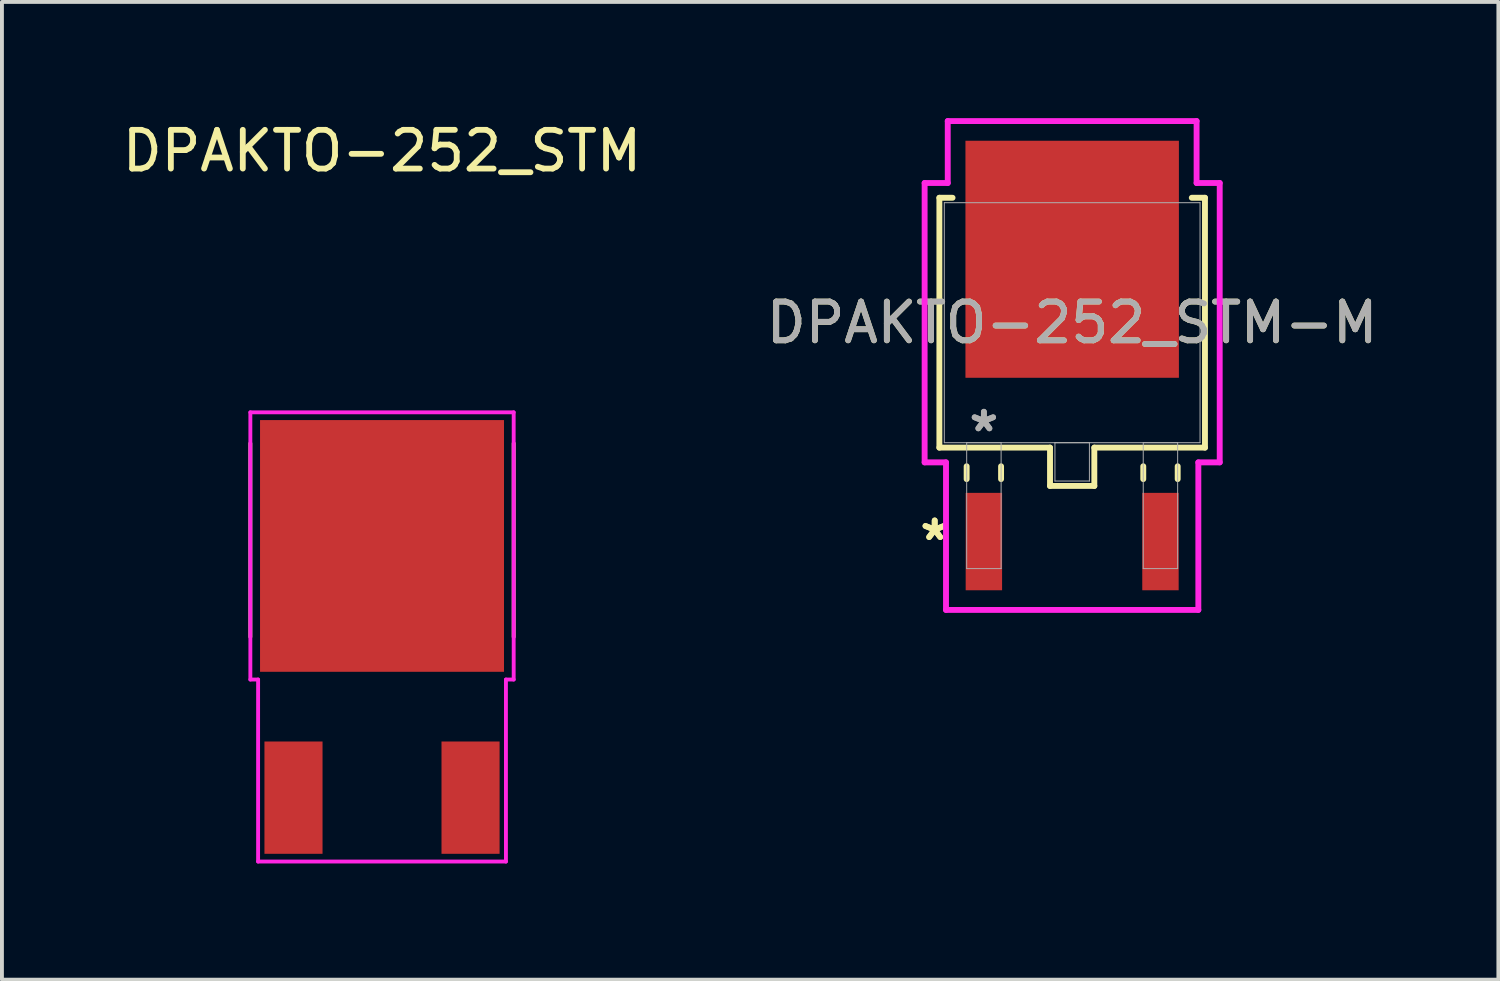
<source format=kicad_pcb>
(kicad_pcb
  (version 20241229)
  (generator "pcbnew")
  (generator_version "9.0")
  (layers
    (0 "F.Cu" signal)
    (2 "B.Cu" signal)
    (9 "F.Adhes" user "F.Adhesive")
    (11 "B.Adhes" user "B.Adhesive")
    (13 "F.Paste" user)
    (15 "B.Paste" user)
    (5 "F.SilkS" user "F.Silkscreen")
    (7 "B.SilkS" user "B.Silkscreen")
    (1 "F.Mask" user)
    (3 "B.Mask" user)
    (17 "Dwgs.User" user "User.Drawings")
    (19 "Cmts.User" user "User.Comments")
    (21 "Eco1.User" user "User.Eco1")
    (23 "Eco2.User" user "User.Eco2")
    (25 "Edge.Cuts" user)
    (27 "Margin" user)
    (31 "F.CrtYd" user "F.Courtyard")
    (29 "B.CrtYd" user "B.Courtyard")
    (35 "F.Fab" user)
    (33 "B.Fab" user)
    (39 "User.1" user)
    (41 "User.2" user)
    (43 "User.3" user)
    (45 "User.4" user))
  (footprint "DPAKTO-252_STM-M"
    (layer "F.Cu")
    (at 24.637 5.283)
    (property "Reference" "DPAKTO-252_STM-M" (at 0 0 0) (unlocked yes) (layer "F.SilkS") (effects (font (size 1 1) (thickness 0.15))))
    (attr smd)
    (fp_line (start -3.429 -3.226) (end -3.429 3.226) (stroke (width 0.152) (type solid)) (layer "F.SilkS"))
    (fp_line (start -3.429 3.226) (end -0.572 3.226) (stroke (width 0.152) (type solid)) (layer "F.SilkS"))
    (fp_line (start -3.089 -3.226) (end -3.429 -3.226) (stroke (width 0.152) (type solid)) (layer "F.SilkS"))
    (fp_line (start -2.725 3.708) (end -2.725 4.039) (stroke (width 0.152) (type solid)) (layer "F.SilkS"))
    (fp_line (start -1.836 3.708) (end -1.836 4.039) (stroke (width 0.152) (type solid)) (layer "F.SilkS"))
    (fp_line (start -0.572 3.226) (end -0.572 4.216) (stroke (width 0.152) (type solid)) (layer "F.SilkS"))
    (fp_line (start -0.572 4.216) (end 0.572 4.216) (stroke (width 0.152) (type solid)) (layer "F.SilkS"))
    (fp_line (start 0.572 3.226) (end 3.429 3.226) (stroke (width 0.152) (type solid)) (layer "F.SilkS"))
    (fp_line (start 0.572 4.216) (end 0.572 3.226) (stroke (width 0.152) (type solid)) (layer "F.SilkS"))
    (fp_line (start 1.836 3.708) (end 1.836 4.039) (stroke (width 0.152) (type solid)) (layer "F.SilkS"))
    (fp_line (start 2.725 3.708) (end 2.725 4.039) (stroke (width 0.152) (type solid)) (layer "F.SilkS"))
    (fp_line (start 3.429 -3.226) (end 3.089 -3.226) (stroke (width 0.152) (type solid)) (layer "F.SilkS"))
    (fp_line (start 3.429 3.226) (end 3.429 -3.226) (stroke (width 0.152) (type solid)) (layer "F.SilkS"))
    (fp_line (start -3.81 -3.607) (end -3.213 -3.607) (stroke (width 0.152) (type solid)) (layer "F.CrtYd"))
    (fp_line (start -3.81 3.607) (end -3.81 -3.607) (stroke (width 0.152) (type solid)) (layer "F.CrtYd"))
    (fp_line (start -3.258 3.607) (end -3.81 3.607) (stroke (width 0.152) (type solid)) (layer "F.CrtYd"))
    (fp_line (start -3.258 7.417) (end -3.258 3.607) (stroke (width 0.152) (type solid)) (layer "F.CrtYd"))
    (fp_line (start -3.213 -5.207) (end 3.213 -5.207) (stroke (width 0.152) (type solid)) (layer "F.CrtYd"))
    (fp_line (start -3.213 -3.607) (end -3.213 -5.207) (stroke (width 0.152) (type solid)) (layer "F.CrtYd"))
    (fp_line (start 3.213 -5.207) (end 3.213 -3.607) (stroke (width 0.152) (type solid)) (layer "F.CrtYd"))
    (fp_line (start 3.213 -3.607) (end 3.81 -3.607) (stroke (width 0.152) (type solid)) (layer "F.CrtYd"))
    (fp_line (start 3.258 3.607) (end 3.258 7.417) (stroke (width 0.152) (type solid)) (layer "F.CrtYd"))
    (fp_line (start 3.258 7.417) (end -3.258 7.417) (stroke (width 0.152) (type solid)) (layer "F.CrtYd"))
    (fp_line (start 3.81 -3.607) (end 3.81 3.607) (stroke (width 0.152) (type solid)) (layer "F.CrtYd"))
    (fp_line (start 3.81 3.607) (end 3.258 3.607) (stroke (width 0.152) (type solid)) (layer "F.CrtYd"))
    (fp_line (start -3.302 -3.099) (end -3.302 3.099) (stroke (width 0.025) (type solid)) (layer "F.Fab"))
    (fp_line (start -3.302 3.099) (end 3.302 3.099) (stroke (width 0.025) (type solid)) (layer "F.Fab"))
    (fp_line (start -2.724 3.099) (end -2.724 6.35) (stroke (width 0.025) (type solid)) (layer "F.Fab"))
    (fp_line (start -2.724 6.35) (end -1.835 6.35) (stroke (width 0.025) (type solid)) (layer "F.Fab"))
    (fp_line (start -1.835 3.099) (end -2.724 3.099) (stroke (width 0.025) (type solid)) (layer "F.Fab"))
    (fp_line (start -1.835 6.35) (end -1.835 3.099) (stroke (width 0.025) (type solid)) (layer "F.Fab"))
    (fp_line (start -0.445 3.099) (end -0.445 4.089) (stroke (width 0.025) (type solid)) (layer "F.Fab"))
    (fp_line (start -0.445 4.089) (end 0.445 4.089) (stroke (width 0.025) (type solid)) (layer "F.Fab"))
    (fp_line (start 0.445 3.099) (end -0.445 3.099) (stroke (width 0.025) (type solid)) (layer "F.Fab"))
    (fp_line (start 0.445 4.089) (end 0.445 3.099) (stroke (width 0.025) (type solid)) (layer "F.Fab"))
    (fp_line (start 1.835 3.099) (end 1.835 6.35) (stroke (width 0.025) (type solid)) (layer "F.Fab"))
    (fp_line (start 1.835 6.35) (end 2.724 6.35) (stroke (width 0.025) (type solid)) (layer "F.Fab"))
    (fp_line (start 2.724 3.099) (end 1.835 3.099) (stroke (width 0.025) (type solid)) (layer "F.Fab"))
    (fp_line (start 2.724 6.35) (end 2.724 3.099) (stroke (width 0.025) (type solid)) (layer "F.Fab"))
    (fp_line (start 3.302 -3.099) (end -3.302 -3.099) (stroke (width 0.025) (type solid)) (layer "F.Fab"))
    (fp_line (start 3.302 3.099) (end 3.302 -3.099) (stroke (width 0.025) (type solid)) (layer "F.Fab"))
    (fp_text user "*" (at -3.55 5.652 0) (layer "F.SilkS") (effects (font (size 1 1) (thickness 0.15))))
    (fp_text user "*" (at -3.55 5.652 0) (unlocked yes) (layer "F.SilkS") (effects (font (size 1 1) (thickness 0.15))))
    (fp_text user "*" (at -2.28 2.845 0) (unlocked yes) (layer "F.Fab") (effects (font (size 1 1) (thickness 0.15))))
    (fp_text user "*" (at -2.28 2.845 0) (layer "F.Fab") (effects (font (size 1 1) (thickness 0.15))))
    (fp_text user "${REFERENCE}" (at 0 0 0) (unlocked yes) (layer "F.Fab") (effects (font (size 1 1) (thickness 0.15))))
    (pad "1" smd rect (at -2.28 5.652) (size 0.94 2.515) (layers "F.Cu" "F.Mask" "F.Paste"))
    (pad "2" smd rect (at 0 -1.638) (size 5.512 6.121) (layers "F.Cu" "F.Mask" "F.Paste"))
    (pad "3" smd rect (at 2.28 5.652) (size 0.94 2.515) (layers "F.Cu" "F.Mask" "F.Paste")))
  (footprint "DPAKTO-252_STM"
    (layer "F.Cu")
    (at 6.815 13.398)
    (property "Reference" "DPAKTO-252_STM" (at 0 -12.55 0) (unlocked yes) (layer "F.SilkS") (effects (font (size 1 1) (thickness 0.15))))
    (attr smd)
    (fp_line (start -3.4 0) (end -3.4 -5) (stroke (width 0.1) (type default)) (layer "F.SilkS"))
    (fp_line (start 3.4 0) (end 3.4 -5) (stroke (width 0.1) (type default)) (layer "F.SilkS"))
    (fp_line (start -3.4 -5.8) (end -3.4 1.1) (stroke (width 0.1) (type default)) (layer "F.CrtYd"))
    (fp_line (start -3.4 1.1) (end -3.2 1.1) (stroke (width 0.1) (type default)) (layer "F.CrtYd"))
    (fp_line (start -3.2 1.1) (end -3.2 5.8) (stroke (width 0.1) (type default)) (layer "F.CrtYd"))
    (fp_line (start -3.2 5.8) (end 3.2 5.8) (stroke (width 0.1) (type default)) (layer "F.CrtYd"))
    (fp_line (start 3.2 5.8) (end 3.2 1.1) (stroke (width 0.1) (type default)) (layer "F.CrtYd"))
    (fp_line (start 3.4 -5.8) (end -3.4 -5.8) (stroke (width 0.1) (type default)) (layer "F.CrtYd"))
    (fp_line (start 3.4 1.1) (end 3.2 1.1) (stroke (width 0.1) (type default)) (layer "F.CrtYd"))
    (fp_line (start 3.4 1.1) (end 3.4 -5.8) (stroke (width 0.1) (type default)) (layer "F.CrtYd"))
    (pad "1" smd rect (at -2.286 4.15) (size 1.5 2.9) (layers "F.Cu" "F.Mask" "F.Paste"))
    (pad "2" smd rect (at 0 -2.35) (size 6.3 6.5) (layers "F.Cu" "F.Mask" "F.Paste"))
    (pad "3" smd rect (at 2.286 4.15) (size 1.5 2.9) (layers "F.Cu" "F.Mask" "F.Paste")))
  (gr_rect
    (start -3 -3)
    (end 35.643 22.248)
    (stroke (width 0.1) (type default))
    (fill no)
    (layer "Edge.Cuts")))
</source>
